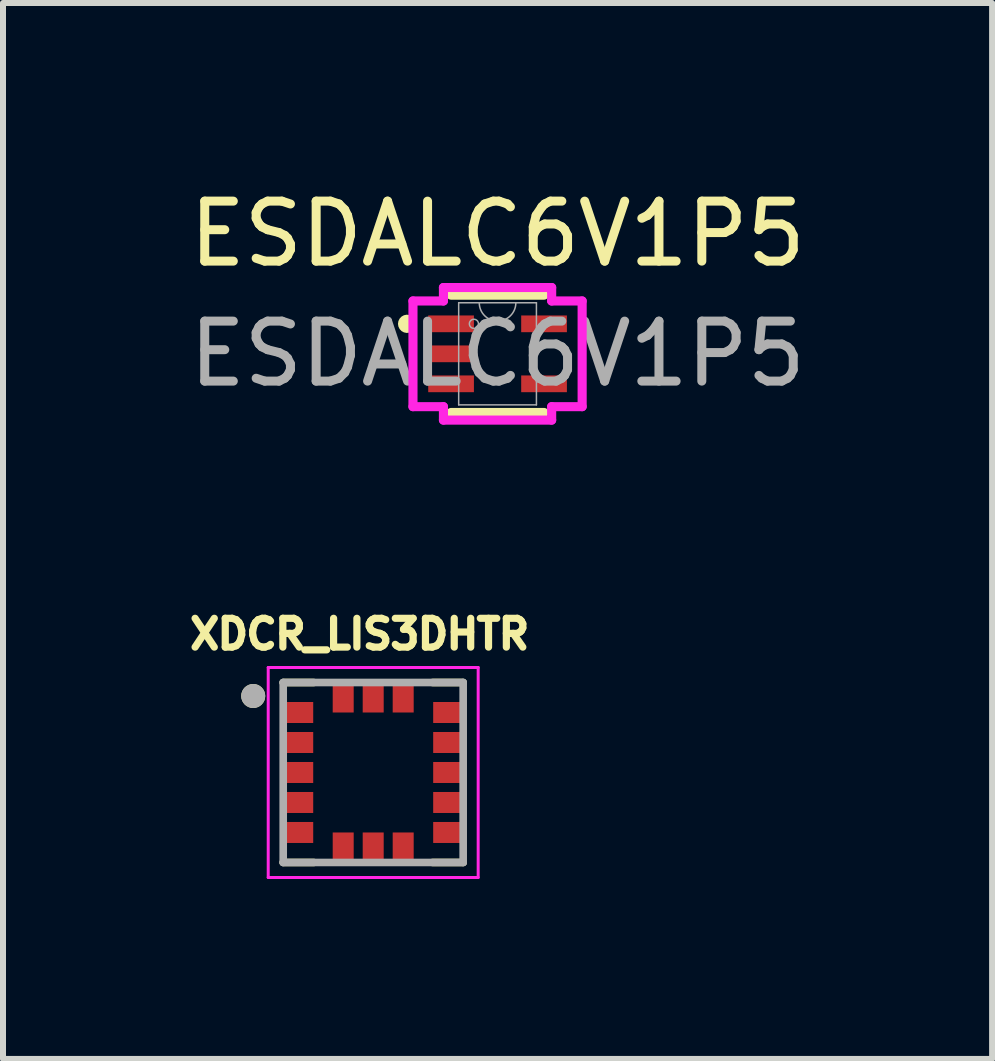
<source format=kicad_pcb>
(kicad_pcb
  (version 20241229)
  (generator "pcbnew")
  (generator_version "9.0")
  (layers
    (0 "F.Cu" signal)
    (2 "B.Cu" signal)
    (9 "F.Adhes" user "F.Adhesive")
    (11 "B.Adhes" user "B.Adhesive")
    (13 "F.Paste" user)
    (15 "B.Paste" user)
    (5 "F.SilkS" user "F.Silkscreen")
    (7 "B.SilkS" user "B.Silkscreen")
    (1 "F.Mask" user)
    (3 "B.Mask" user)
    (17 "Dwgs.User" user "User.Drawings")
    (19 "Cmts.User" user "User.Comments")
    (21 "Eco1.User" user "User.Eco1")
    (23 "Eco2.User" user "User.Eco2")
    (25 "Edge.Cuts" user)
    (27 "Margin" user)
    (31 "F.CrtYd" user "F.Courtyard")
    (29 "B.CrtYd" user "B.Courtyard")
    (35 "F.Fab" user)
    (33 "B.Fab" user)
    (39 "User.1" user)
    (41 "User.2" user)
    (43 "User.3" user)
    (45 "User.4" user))
  (footprint "ESDALC6V1P5"
    (layer "F.Cu")
    (at 5.244 2.848)
    (property "Reference" "ESDALC6V1P5" (at 0 -2 0) (unlocked yes) (layer "F.SilkS") (effects (font (size 1 1) (thickness 0.15))))
    (attr smd)
    (fp_line (start -0.775 0.978) (end 0.775 0.978) (stroke (width 0.152) (type solid)) (layer "F.SilkS"))
    (fp_line (start 0.775 -0.978) (end -0.775 -0.978) (stroke (width 0.152) (type solid)) (layer "F.SilkS"))
    (fp_arc (start -1.48844 -0.426171) (mid -1.5835 -0.5) (end -1.48844 -0.573829) (stroke (width 0.1524) (type solid)) (layer "F.SilkS"))
    (fp_line (start -1.41 -0.881) (end -0.902 -0.881) (stroke (width 0.152) (type solid)) (layer "F.CrtYd"))
    (fp_line (start -1.41 0.881) (end -1.41 -0.881) (stroke (width 0.152) (type solid)) (layer "F.CrtYd"))
    (fp_line (start -0.902 -1.105) (end 0.902 -1.105) (stroke (width 0.152) (type solid)) (layer "F.CrtYd"))
    (fp_line (start -0.902 -0.881) (end -0.902 -1.105) (stroke (width 0.152) (type solid)) (layer "F.CrtYd"))
    (fp_line (start -0.902 0.881) (end -1.41 0.881) (stroke (width 0.152) (type solid)) (layer "F.CrtYd"))
    (fp_line (start -0.902 1.105) (end -0.902 0.881) (stroke (width 0.152) (type solid)) (layer "F.CrtYd"))
    (fp_line (start 0.902 -1.105) (end 0.902 -0.881) (stroke (width 0.152) (type solid)) (layer "F.CrtYd"))
    (fp_line (start 0.902 -0.881) (end 1.41 -0.881) (stroke (width 0.152) (type solid)) (layer "F.CrtYd"))
    (fp_line (start 0.902 0.881) (end 0.902 1.105) (stroke (width 0.152) (type solid)) (layer "F.CrtYd"))
    (fp_line (start 0.902 1.105) (end -0.902 1.105) (stroke (width 0.152) (type solid)) (layer "F.CrtYd"))
    (fp_line (start 1.41 -0.881) (end 1.41 0.881) (stroke (width 0.152) (type solid)) (layer "F.CrtYd"))
    (fp_line (start 1.41 0.881) (end 0.902 0.881) (stroke (width 0.152) (type solid)) (layer "F.CrtYd"))
    (fp_line (start -0.648 -0.851) (end -0.648 0.851) (stroke (width 0.025) (type solid)) (layer "F.Fab"))
    (fp_line (start -0.648 0.851) (end 0.648 0.851) (stroke (width 0.025) (type solid)) (layer "F.Fab"))
    (fp_line (start 0.648 -0.851) (end -0.648 -0.851) (stroke (width 0.025) (type solid)) (layer "F.Fab"))
    (fp_line (start 0.648 0.851) (end 0.648 -0.851) (stroke (width 0.025) (type solid)) (layer "F.Fab"))
    (fp_arc (start 0.3048 -0.8509) (mid 0 -0.5461) (end -0.3048 -0.8509) (stroke (width 0.0254) (type solid)) (layer "F.Fab"))
    (fp_circle (center -0.394 -0.5) (end -0.318 -0.5) (stroke (width 0.025) (type solid)) (fill no) (layer "F.Fab"))
    (fp_text user "${REFERENCE}" (at 0 0 0) (unlocked yes) (layer "F.Fab") (effects (font (size 1 1) (thickness 0.15))))
    (pad "1" smd rect (at -0.775 -0.5) (size 0.762 0.279) (layers "F.Cu" "F.Mask" "F.Paste"))
    (pad "2" smd rect (at -0.775 0) (size 0.762 0.279) (layers "F.Cu" "F.Mask" "F.Paste"))
    (pad "3" smd rect (at -0.775 0.5) (size 0.762 0.279) (layers "F.Cu" "F.Mask" "F.Paste"))
    (pad "4" smd rect (at 0.775 0.5) (size 0.762 0.279) (layers "F.Cu" "F.Mask" "F.Paste"))
    (pad "5" smd rect (at 0.775 -0.5) (size 0.762 0.279) (layers "F.Cu" "F.Mask" "F.Paste")))
  (footprint "XDCR_LIS3DHTR"
    (layer "F.Cu")
    (at 3.171 9.827)
    (property "Reference" "XDCR_LIS3DHTR" (at -0.226 -2.306 0) (layer "F.SilkS") (effects (font (size 0.48 0.48) (thickness 0.15))))
    (attr smd)
    (fp_poly (pts (xy -1.5 -1.225) (xy -0.95 -1.225) (xy -0.95 -0.775) (xy -1.5 -0.775)) (stroke (width 0.01) (type solid)) (fill yes) (layer "F.Mask"))
    (fp_poly (pts (xy -1.5 -0.725) (xy -0.95 -0.725) (xy -0.95 -0.275) (xy -1.5 -0.275)) (stroke (width 0.01) (type solid)) (fill yes) (layer "F.Mask"))
    (fp_poly (pts (xy -1.5 -0.225) (xy -0.95 -0.225) (xy -0.95 0.225) (xy -1.5 0.225)) (stroke (width 0.01) (type solid)) (fill yes) (layer "F.Mask"))
    (fp_poly (pts (xy -1.5 0.275) (xy -0.95 0.275) (xy -0.95 0.725) (xy -1.5 0.725)) (stroke (width 0.01) (type solid)) (fill yes) (layer "F.Mask"))
    (fp_poly (pts (xy -1.5 0.775) (xy -0.95 0.775) (xy -0.95 1.225) (xy -1.5 1.225)) (stroke (width 0.01) (type solid)) (fill yes) (layer "F.Mask"))
    (fp_poly (pts (xy -0.775 -1.45) (xy -0.225 -1.45) (xy -0.225 -1) (xy -0.775 -1)) (stroke (width 0.01) (type solid)) (fill yes) (layer "F.Mask"))
    (fp_poly (pts (xy -0.775 1) (xy -0.225 1) (xy -0.225 1.45) (xy -0.775 1.45)) (stroke (width 0.01) (type solid)) (fill yes) (layer "F.Mask"))
    (fp_poly (pts (xy -0.275 -1.45) (xy 0.275 -1.45) (xy 0.275 -1) (xy -0.275 -1)) (stroke (width 0.01) (type solid)) (fill yes) (layer "F.Mask"))
    (fp_poly (pts (xy -0.275 1) (xy 0.275 1) (xy 0.275 1.45) (xy -0.275 1.45)) (stroke (width 0.01) (type solid)) (fill yes) (layer "F.Mask"))
    (fp_poly (pts (xy 0.225 -1.45) (xy 0.775 -1.45) (xy 0.775 -1) (xy 0.225 -1)) (stroke (width 0.01) (type solid)) (fill yes) (layer "F.Mask"))
    (fp_poly (pts (xy 0.225 1) (xy 0.775 1) (xy 0.775 1.45) (xy 0.225 1.45)) (stroke (width 0.01) (type solid)) (fill yes) (layer "F.Mask"))
    (fp_poly (pts (xy 0.95 -1.225) (xy 1.5 -1.225) (xy 1.5 -0.775) (xy 0.95 -0.775)) (stroke (width 0.01) (type solid)) (fill yes) (layer "F.Mask"))
    (fp_poly (pts (xy 0.95 -0.725) (xy 1.5 -0.725) (xy 1.5 -0.275) (xy 0.95 -0.275)) (stroke (width 0.01) (type solid)) (fill yes) (layer "F.Mask"))
    (fp_poly (pts (xy 0.95 -0.225) (xy 1.5 -0.225) (xy 1.5 0.225) (xy 0.95 0.225)) (stroke (width 0.01) (type solid)) (fill yes) (layer "F.Mask"))
    (fp_poly (pts (xy 0.95 0.275) (xy 1.5 0.275) (xy 1.5 0.725) (xy 0.95 0.725)) (stroke (width 0.01) (type solid)) (fill yes) (layer "F.Mask"))
    (fp_poly (pts (xy 0.95 0.775) (xy 1.5 0.775) (xy 1.5 1.225) (xy 0.95 1.225)) (stroke (width 0.01) (type solid)) (fill yes) (layer "F.Mask"))
    (fp_line (start -1.5 1.5) (end -0.99 1.5) (stroke (width 0.127) (type solid)) (layer "F.SilkS"))
    (fp_line (start -0.99 -1.5) (end -1.5 -1.5) (stroke (width 0.127) (type solid)) (layer "F.SilkS"))
    (fp_line (start 0.99 -1.5) (end 1.5 -1.5) (stroke (width 0.127) (type solid)) (layer "F.SilkS"))
    (fp_line (start 0.99 1.5) (end 1.5 1.5) (stroke (width 0.127) (type solid)) (layer "F.SilkS"))
    (fp_circle (center -2 -1.275) (end -1.9 -1.275) (stroke (width 0.2) (type solid)) (fill no) (layer "F.SilkS"))
    (fp_poly (pts (xy -1.405 -1.14) (xy -1.045 -1.14) (xy -1.045 -0.86) (xy -1.405 -0.86)) (stroke (width 0.01) (type solid)) (fill yes) (layer "F.Paste"))
    (fp_poly (pts (xy -1.405 -0.64) (xy -1.045 -0.64) (xy -1.045 -0.36) (xy -1.405 -0.36)) (stroke (width 0.01) (type solid)) (fill yes) (layer "F.Paste"))
    (fp_poly (pts (xy -1.405 -0.14) (xy -1.045 -0.14) (xy -1.045 0.14) (xy -1.405 0.14)) (stroke (width 0.01) (type solid)) (fill yes) (layer "F.Paste"))
    (fp_poly (pts (xy -1.405 0.36) (xy -1.045 0.36) (xy -1.045 0.64) (xy -1.405 0.64)) (stroke (width 0.01) (type solid)) (fill yes) (layer "F.Paste"))
    (fp_poly (pts (xy -1.405 0.86) (xy -1.045 0.86) (xy -1.045 1.14) (xy -1.405 1.14)) (stroke (width 0.01) (type solid)) (fill yes) (layer "F.Paste"))
    (fp_poly (pts (xy -0.64 -1.04) (xy -0.64 -1.4) (xy -0.36 -1.4) (xy -0.36 -1.04)) (stroke (width 0.01) (type solid)) (fill yes) (layer "F.Paste"))
    (fp_poly (pts (xy -0.635 1.41) (xy -0.635 1.05) (xy -0.355 1.05) (xy -0.355 1.41)) (stroke (width 0.01) (type solid)) (fill yes) (layer "F.Paste"))
    (fp_poly (pts (xy -0.14 -1.045) (xy -0.14 -1.405) (xy 0.14 -1.405) (xy 0.14 -1.045)) (stroke (width 0.01) (type solid)) (fill yes) (layer "F.Paste"))
    (fp_poly (pts (xy -0.14 1.41) (xy -0.14 1.05) (xy 0.14 1.05) (xy 0.14 1.41)) (stroke (width 0.01) (type solid)) (fill yes) (layer "F.Paste"))
    (fp_poly (pts (xy 0.36 1.41) (xy 0.36 1.05) (xy 0.64 1.05) (xy 0.64 1.41)) (stroke (width 0.01) (type solid)) (fill yes) (layer "F.Paste"))
    (fp_poly (pts (xy 0.64 -1.4) (xy 0.64 -1.04) (xy 0.36 -1.04) (xy 0.36 -1.4)) (stroke (width 0.01) (type solid)) (fill yes) (layer "F.Paste"))
    (fp_poly (pts (xy 1.045 -1.14) (xy 1.405 -1.14) (xy 1.405 -0.86) (xy 1.045 -0.86)) (stroke (width 0.01) (type solid)) (fill yes) (layer "F.Paste"))
    (fp_poly (pts (xy 1.045 -0.64) (xy 1.405 -0.64) (xy 1.405 -0.36) (xy 1.045 -0.36)) (stroke (width 0.01) (type solid)) (fill yes) (layer "F.Paste"))
    (fp_poly (pts (xy 1.045 -0.14) (xy 1.405 -0.14) (xy 1.405 0.14) (xy 1.045 0.14)) (stroke (width 0.01) (type solid)) (fill yes) (layer "F.Paste"))
    (fp_poly (pts (xy 1.045 0.36) (xy 1.405 0.36) (xy 1.405 0.64) (xy 1.045 0.64)) (stroke (width 0.01) (type solid)) (fill yes) (layer "F.Paste"))
    (fp_poly (pts (xy 1.045 0.86) (xy 1.405 0.86) (xy 1.405 1.14) (xy 1.045 1.14)) (stroke (width 0.01) (type solid)) (fill yes) (layer "F.Paste"))
    (fp_line (start -1.75 -1.75) (end -1.75 1.75) (stroke (width 0.05) (type solid)) (layer "F.CrtYd"))
    (fp_line (start -1.75 1.75) (end 1.75 1.75) (stroke (width 0.05) (type solid)) (layer "F.CrtYd"))
    (fp_line (start 1.75 -1.75) (end -1.75 -1.75) (stroke (width 0.05) (type solid)) (layer "F.CrtYd"))
    (fp_line (start 1.75 1.75) (end 1.75 -1.75) (stroke (width 0.05) (type solid)) (layer "F.CrtYd"))
    (fp_line (start -1.5 -1.5) (end -1.5 1.5) (stroke (width 0.127) (type solid)) (layer "F.Fab"))
    (fp_line (start -1.5 1.5) (end 1.5 1.5) (stroke (width 0.127) (type solid)) (layer "F.Fab"))
    (fp_line (start 1.5 -1.5) (end -1.5 -1.5) (stroke (width 0.127) (type solid)) (layer "F.Fab"))
    (fp_line (start 1.5 1.5) (end 1.5 -1.5) (stroke (width 0.127) (type solid)) (layer "F.Fab"))
    (fp_circle (center -2 -1.275) (end -1.9 -1.275) (stroke (width 0.2) (type solid)) (fill no) (layer "F.Fab"))
    (pad "1" smd rect (at -1.225 -1 180) (size 0.45 0.35) (layers "F.Cu"))
    (pad "2" smd rect (at -1.225 -0.5 180) (size 0.45 0.35) (layers "F.Cu"))
    (pad "3" smd rect (at -1.225 0 180) (size 0.45 0.35) (layers "F.Cu"))
    (pad "4" smd rect (at -1.225 0.5 180) (size 0.45 0.35) (layers "F.Cu"))
    (pad "5" smd rect (at -1.225 1 180) (size 0.45 0.35) (layers "F.Cu"))
    (pad "6" smd rect (at -0.5 1.225 90) (size 0.45 0.35) (layers "F.Cu"))
    (pad "7" smd rect (at 0 1.225 90) (size 0.45 0.35) (layers "F.Cu"))
    (pad "8" smd rect (at 0.5 1.225 90) (size 0.45 0.35) (layers "F.Cu"))
    (pad "9" smd rect (at 1.225 1) (size 0.45 0.35) (layers "F.Cu"))
    (pad "10" smd rect (at 1.225 0.5) (size 0.45 0.35) (layers "F.Cu"))
    (pad "11" smd rect (at 1.225 0) (size 0.45 0.35) (layers "F.Cu"))
    (pad "12" smd rect (at 1.225 -0.5) (size 0.45 0.35) (layers "F.Cu"))
    (pad "13" smd rect (at 1.225 -1) (size 0.45 0.35) (layers "F.Cu"))
    (pad "14" smd rect (at 0.5 -1.225 90) (size 0.45 0.35) (layers "F.Cu"))
    (pad "15" smd rect (at 0 -1.225 90) (size 0.45 0.35) (layers "F.Cu"))
    (pad "16" smd rect (at -0.5 -1.225 90) (size 0.45 0.35) (layers "F.Cu")))
  (gr_rect
    (start -3 -3)
    (end 13.488 14.602)
    (stroke (width 0.1) (type default))
    (fill no)
    (layer "Edge.Cuts")))
</source>
